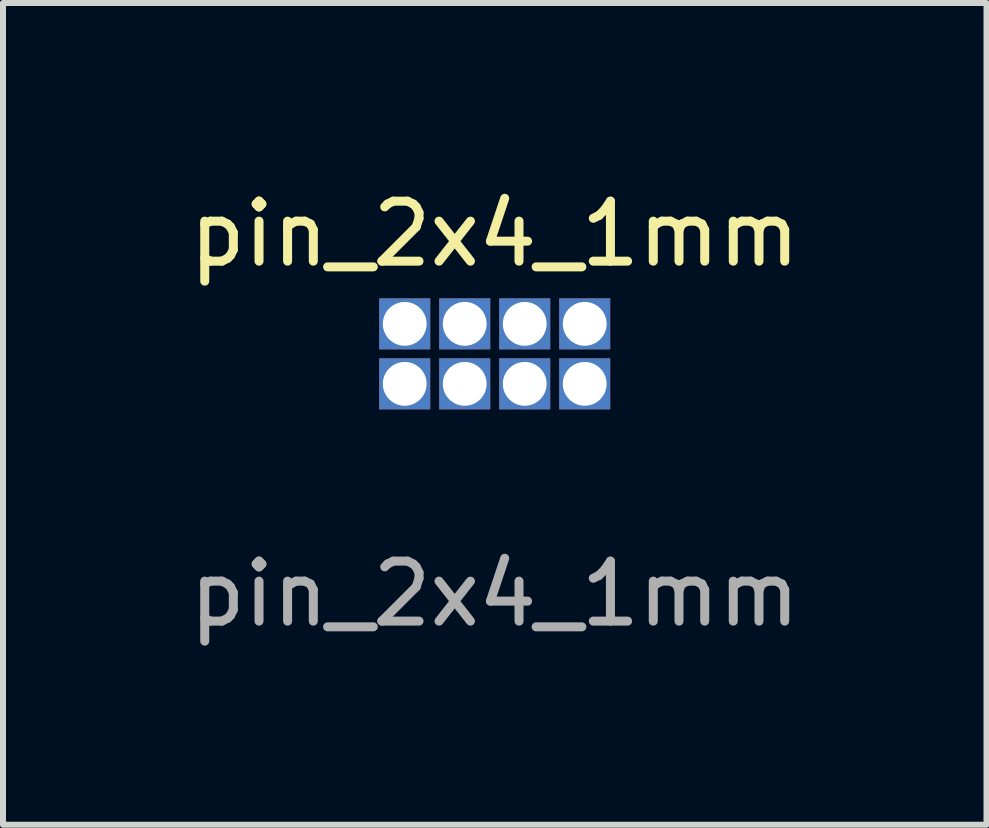
<source format=kicad_pcb>
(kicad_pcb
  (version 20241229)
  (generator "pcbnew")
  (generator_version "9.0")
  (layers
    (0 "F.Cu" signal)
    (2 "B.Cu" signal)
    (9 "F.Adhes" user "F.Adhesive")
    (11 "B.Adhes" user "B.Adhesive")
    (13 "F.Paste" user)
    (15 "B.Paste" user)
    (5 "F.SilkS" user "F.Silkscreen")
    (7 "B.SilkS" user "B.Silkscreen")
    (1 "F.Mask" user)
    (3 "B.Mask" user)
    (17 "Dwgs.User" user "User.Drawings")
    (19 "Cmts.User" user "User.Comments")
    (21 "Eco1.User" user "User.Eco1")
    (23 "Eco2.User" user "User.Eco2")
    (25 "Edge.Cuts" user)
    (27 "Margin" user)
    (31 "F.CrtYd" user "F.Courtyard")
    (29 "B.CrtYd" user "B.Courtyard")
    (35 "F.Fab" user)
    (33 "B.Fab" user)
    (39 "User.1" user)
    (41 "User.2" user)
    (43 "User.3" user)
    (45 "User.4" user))
  (footprint "pin_2x4_1mm"
    (layer "F.Cu")
    (at 5.196 2.848)
    (property "Reference" "pin_2x4_1mm" (at 0 -2 0) (unlocked yes) (layer "F.SilkS") (effects (font (size 1 1) (thickness 0.15))))
    (fp_text user "${REFERENCE}" (at 0 4 0) (unlocked yes) (layer "F.Fab") (effects (font (size 1 1) (thickness 0.15))))
    (pad "1" thru_hole rect (at 1.5 -0.5) (size 0.85 0.85) (drill 0.73) (layers "*.Cu" "*.Mask"))
    (pad "2" thru_hole rect (at 1.5 0.5) (size 0.85 0.85) (drill 0.73) (layers "*.Cu" "*.Mask"))
    (pad "3" thru_hole rect (at 0.5 -0.5) (size 0.85 0.85) (drill 0.73) (layers "*.Cu" "*.Mask"))
    (pad "4" thru_hole rect (at 0.5 0.5) (size 0.85 0.85) (drill 0.73) (layers "*.Cu" "*.Mask"))
    (pad "5" thru_hole rect (at -0.5 -0.5) (size 0.85 0.85) (drill 0.73) (layers "*.Cu" "*.Mask"))
    (pad "6" thru_hole rect (at -0.5 0.5) (size 0.85 0.85) (drill 0.73) (layers "*.Cu" "*.Mask"))
    (pad "7" thru_hole rect (at -1.5 -0.5) (size 0.85 0.85) (drill 0.73) (layers "*.Cu" "*.Mask"))
    (pad "8" thru_hole rect (at -1.5 0.5) (size 0.85 0.85) (drill 0.73) (layers "*.Cu" "*.Mask")))
  (gr_rect
    (start -3 -3)
    (end 13.393 10.697)
    (stroke (width 0.1) (type default))
    (fill no)
    (layer "Edge.Cuts")))
</source>
